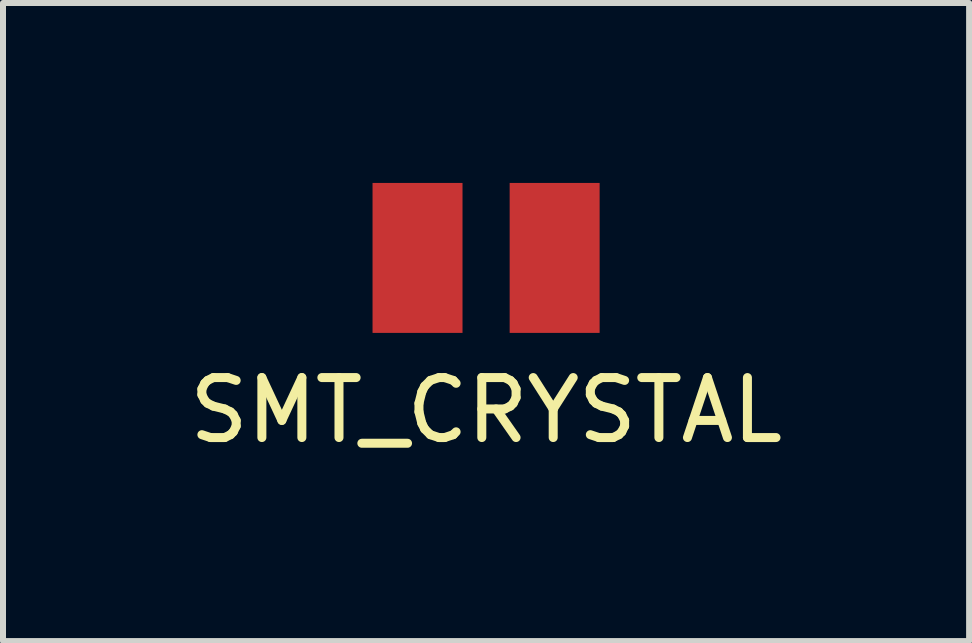
<source format=kicad_pcb>
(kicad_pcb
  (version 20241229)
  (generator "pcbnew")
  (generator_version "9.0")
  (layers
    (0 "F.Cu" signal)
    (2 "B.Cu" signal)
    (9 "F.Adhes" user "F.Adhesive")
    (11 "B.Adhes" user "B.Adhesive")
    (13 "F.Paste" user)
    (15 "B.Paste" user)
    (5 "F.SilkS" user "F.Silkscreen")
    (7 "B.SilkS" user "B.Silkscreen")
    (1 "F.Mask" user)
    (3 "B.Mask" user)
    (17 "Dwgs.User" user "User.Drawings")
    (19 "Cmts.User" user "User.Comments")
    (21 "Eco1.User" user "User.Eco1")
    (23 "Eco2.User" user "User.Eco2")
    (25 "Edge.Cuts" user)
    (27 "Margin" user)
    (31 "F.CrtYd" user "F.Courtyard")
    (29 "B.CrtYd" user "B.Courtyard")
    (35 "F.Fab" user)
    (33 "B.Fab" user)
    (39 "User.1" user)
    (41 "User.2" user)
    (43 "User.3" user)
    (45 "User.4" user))
  (footprint "SMT_CRYSTAL"
    (layer "F.Cu")
    (at 5.054 1.25)
    (property "Reference" "SMT_CRYSTAL" (at 0 2.54 0) (layer "F.SilkS") (effects (font (size 1 1) (thickness 0.15))))
    (attr through_hole)
    (pad "1" smd rect (at -1.143 0) (size 1.5 2.5) (layers "F.Cu" "F.Mask" "F.Paste"))
    (pad "2" smd rect (at 1.143 0) (size 1.5 2.5) (layers "F.Cu" "F.Mask" "F.Paste")))
  (gr_rect
    (start -3 -3)
    (end 13.107 7.638)
    (stroke (width 0.1) (type default))
    (fill no)
    (layer "Edge.Cuts")))
</source>
